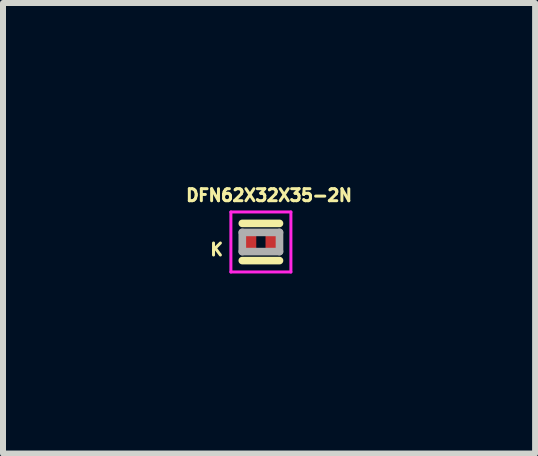
<source format=kicad_pcb>
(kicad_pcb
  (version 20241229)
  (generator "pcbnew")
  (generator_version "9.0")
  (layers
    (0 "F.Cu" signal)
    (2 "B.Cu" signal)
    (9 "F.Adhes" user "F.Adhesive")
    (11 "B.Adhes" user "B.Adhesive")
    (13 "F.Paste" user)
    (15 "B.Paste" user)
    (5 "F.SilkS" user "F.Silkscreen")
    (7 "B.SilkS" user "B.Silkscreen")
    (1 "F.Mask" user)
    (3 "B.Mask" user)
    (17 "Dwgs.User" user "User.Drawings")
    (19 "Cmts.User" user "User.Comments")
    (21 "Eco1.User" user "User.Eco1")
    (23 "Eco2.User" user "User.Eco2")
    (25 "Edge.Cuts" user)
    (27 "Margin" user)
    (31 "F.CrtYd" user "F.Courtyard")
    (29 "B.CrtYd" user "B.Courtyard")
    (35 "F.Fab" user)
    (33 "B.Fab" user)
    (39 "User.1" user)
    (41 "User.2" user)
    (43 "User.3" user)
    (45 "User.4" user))
  (footprint "DFN62X32X35-2N"
    (layer "F.Cu")
    (at 1.298 0.983)
    (property "Reference" "DFN62X32X35-2N" (at 0.136 -0.778 0) (layer "F.SilkS") (effects (font (size 0.2 0.2) (thickness 0.15))))
    (attr through_hole)
    (fp_line (start -0.31 -0.31) (end 0.31 -0.31) (stroke (width 0.127) (type solid)) (layer "F.SilkS"))
    (fp_line (start 0.31 0.31) (end -0.31 0.31) (stroke (width 0.127) (type solid)) (layer "F.SilkS"))
    (fp_line (start -0.5 -0.5) (end 0.5 -0.5) (stroke (width 0.05) (type solid)) (layer "F.CrtYd"))
    (fp_line (start -0.5 0.5) (end -0.5 -0.5) (stroke (width 0.05) (type solid)) (layer "F.CrtYd"))
    (fp_line (start 0.5 -0.5) (end 0.5 0.5) (stroke (width 0.05) (type solid)) (layer "F.CrtYd"))
    (fp_line (start 0.5 0.5) (end -0.5 0.5) (stroke (width 0.05) (type solid)) (layer "F.CrtYd"))
    (fp_line (start -0.31 -0.16) (end 0.31 -0.16) (stroke (width 0.127) (type solid)) (layer "F.Fab"))
    (fp_line (start -0.31 0.16) (end -0.31 -0.16) (stroke (width 0.127) (type solid)) (layer "F.Fab"))
    (fp_line (start -0.31 0.16) (end 0.31 0.16) (stroke (width 0.127) (type solid)) (layer "F.Fab"))
    (fp_line (start 0.31 -0.16) (end 0.31 0.16) (stroke (width 0.127) (type solid)) (layer "F.Fab"))
    (fp_text user "K" (at -0.737 0.127 0) (layer "F.SilkS") (effects (font (size 0.2 0.2) (thickness 0.15))))
    (pad "1" smd rect (at -0.177 0) (size 0.2 0.26) (layers "F.Cu" "F.Mask" "F.Paste"))
    (pad "2" smd rect (at 0.177 0) (size 0.2 0.26) (layers "F.Cu" "F.Mask" "F.Paste")))
  (gr_rect
    (start -3 -3)
    (end 5.868 4.508)
    (stroke (width 0.1) (type default))
    (fill no)
    (layer "Edge.Cuts")))
</source>
